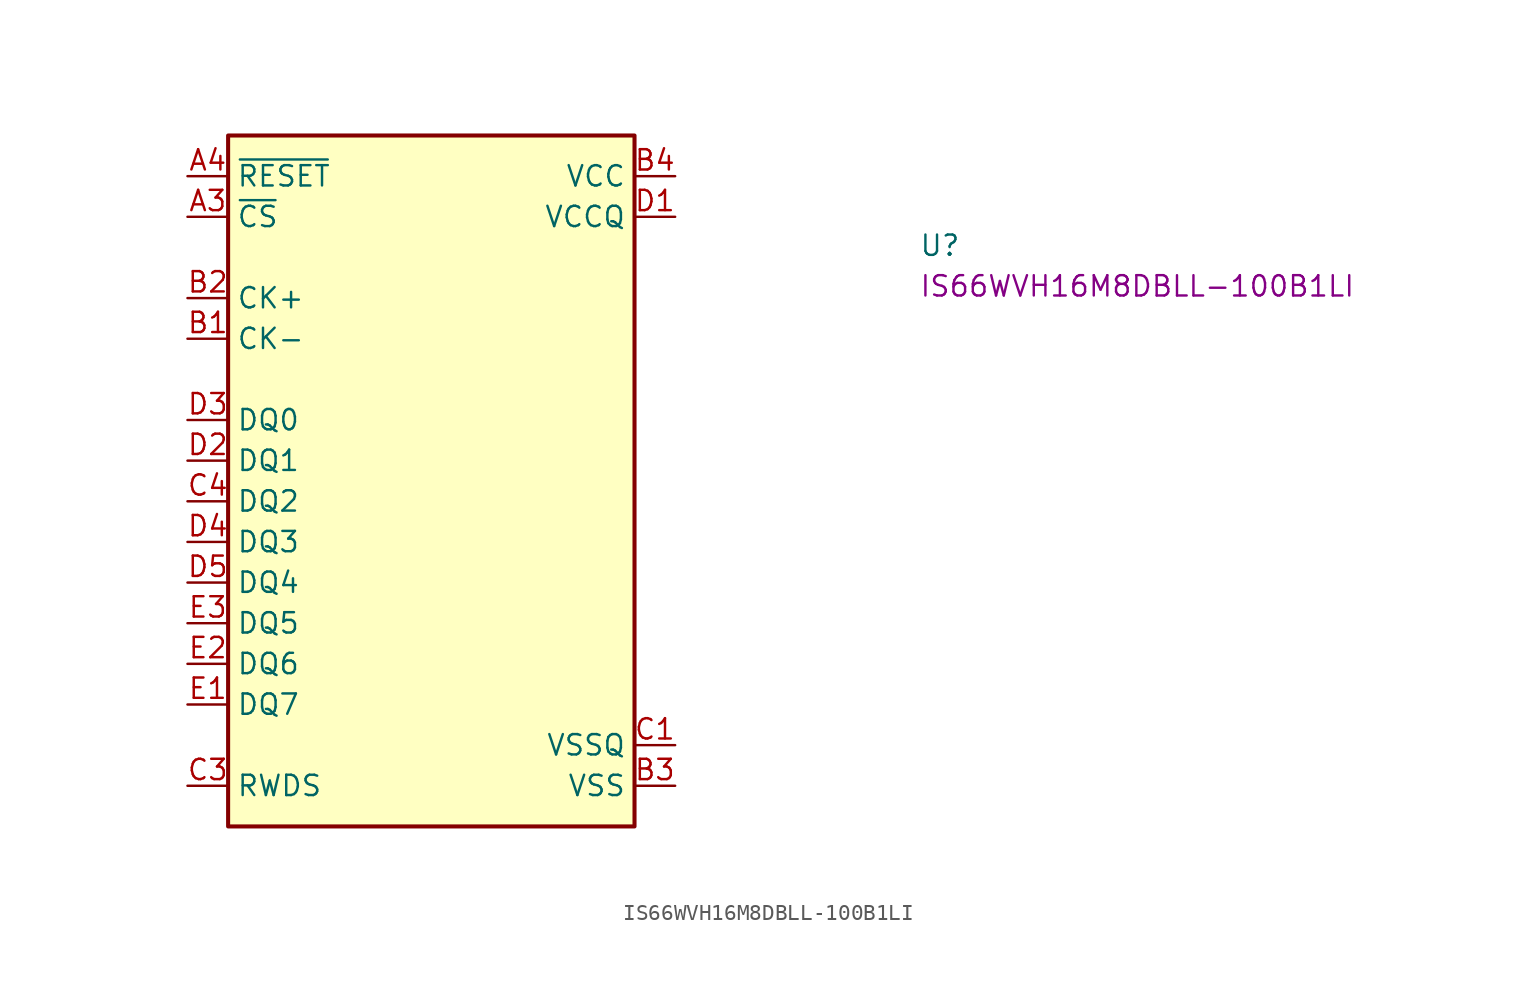
<source format=kicad_sym>
(kicad_symbol_lib
  (version 20220914)
  (generator kicad_symbol_editor)
  (symbol "IS66WVH16M8DBLL-100B1LI"
    (property "Reference" "U"
      (at 45.72 -5.08 0)
      (effects (font (size 1.27 1.27) (thickness 0.15)) (justify left bottom)))
    (property "MPN" "IS66WVH16M8DBLL-100B1LI"
      (at 45.72 -7.62 0)
      (effects (font (size 1.27 1.27) (thickness 0.15)) (justify left bottom)))
    (symbol "IS66WVH16M8DBLL-100B1LI_1_1"
      (rectangle (start 2.54 2.54) (end 27.94 -40.64) (stroke (width 0.254) (type default)) (fill (type background)))
      (pin no_connect line (at 27.94 -29.21 180) (length 2.54) hide (name "NC" (effects (font (size 1.27 1.27)))) (number "A2" (effects (font (size 1.27 1.27)))))
      (pin input line (at 0 -2.54 0) (length 2.54) (name "~{CS}" (effects (font (size 1.27 1.27)))) (number "A3" (effects (font (size 1.27 1.27)))))
      (pin input line (at 0 0 0) (length 2.54) (name "~{RESET}" (effects (font (size 1.27 1.27)))) (number "A4" (effects (font (size 1.27 1.27)))))
      (pin no_connect line (at 27.94 -27.94 180) (length 2.54) hide (name "NC" (effects (font (size 1.27 1.27)))) (number "A5" (effects (font (size 1.27 1.27)))))
      (pin input line (at 0 -10.16 0) (length 2.54) (name "CK-" (effects (font (size 1.27 1.27)))) (number "B1" (effects (font (size 1.27 1.27)))))
      (pin input line (at 0 -7.62 0) (length 2.54) (name "CK+" (effects (font (size 1.27 1.27)))) (number "B2" (effects (font (size 1.27 1.27)))))
      (pin power_in line (at 30.48 -38.1 180) (length 2.54) (name "VSS" (effects (font (size 1.27 1.27)))) (number "B3" (effects (font (size 1.27 1.27)))))
      (pin power_in line (at 30.48 0 180) (length 2.54) (name "VCC" (effects (font (size 1.27 1.27)))) (number "B4" (effects (font (size 1.27 1.27)))))
      (pin no_connect line (at 27.94 -26.67 180) (length 2.54) hide (name "NC" (effects (font (size 1.27 1.27)))) (number "B5" (effects (font (size 1.27 1.27)))))
      (pin power_in line (at 30.48 -35.56 180) (length 2.54) (name "VSSQ" (effects (font (size 1.27 1.27)))) (number "C1" (effects (font (size 1.27 1.27)))))
      (pin no_connect line (at 27.94 -31.75 180) (length 2.54) hide (name "NC" (effects (font (size 1.27 1.27)))) (number "C2" (effects (font (size 1.27 1.27)))))
      (pin bidirectional line (at 0 -38.1 0) (length 2.54) (name "RWDS" (effects (font (size 1.27 1.27)))) (number "C3" (effects (font (size 1.27 1.27)))))
      (pin bidirectional line (at 0 -20.32 0) (length 2.54) (name "DQ2" (effects (font (size 1.27 1.27)))) (number "C4" (effects (font (size 1.27 1.27)))))
      (pin no_connect line (at 27.94 -30.48 180) (length 2.54) hide (name "NC" (effects (font (size 1.27 1.27)))) (number "C5" (effects (font (size 1.27 1.27)))))
      (pin power_in line (at 30.48 -2.54 180) (length 2.54) (name "VCCQ" (effects (font (size 1.27 1.27)))) (number "D1" (effects (font (size 1.27 1.27)))))
      (pin bidirectional line (at 0 -17.78 0) (length 2.54) (name "DQ1" (effects (font (size 1.27 1.27)))) (number "D2" (effects (font (size 1.27 1.27)))))
      (pin bidirectional line (at 0 -15.24 0) (length 2.54) (name "DQ0" (effects (font (size 1.27 1.27)))) (number "D3" (effects (font (size 1.27 1.27)))))
      (pin bidirectional line (at 0 -22.86 0) (length 2.54) (name "DQ3" (effects (font (size 1.27 1.27)))) (number "D4" (effects (font (size 1.27 1.27)))))
      (pin bidirectional line (at 0 -25.4 0) (length 2.54) (name "DQ4" (effects (font (size 1.27 1.27)))) (number "D5" (effects (font (size 1.27 1.27)))))
      (pin bidirectional line (at 0 -33.02 0) (length 2.54) (name "DQ7" (effects (font (size 1.27 1.27)))) (number "E1" (effects (font (size 1.27 1.27)))))
      (pin bidirectional line (at 0 -30.48 0) (length 2.54) (name "DQ6" (effects (font (size 1.27 1.27)))) (number "E2" (effects (font (size 1.27 1.27)))))
      (pin bidirectional line (at 0 -27.94 0) (length 2.54) (name "DQ5" (effects (font (size 1.27 1.27)))) (number "E3" (effects (font (size 1.27 1.27)))))
      (pin passive line (at 30.48 -2.54 180) (length 2.54) hide (name "VCCQ" (effects (font (size 1.27 1.27)))) (number "E4" (effects (font (size 1.27 1.27)))))
      (pin passive line (at 30.48 -35.56 180) (length 2.54) hide (name "VSSQ" (effects (font (size 1.27 1.27)))) (number "E5" (effects (font (size 1.27 1.27))))))))
</source>
